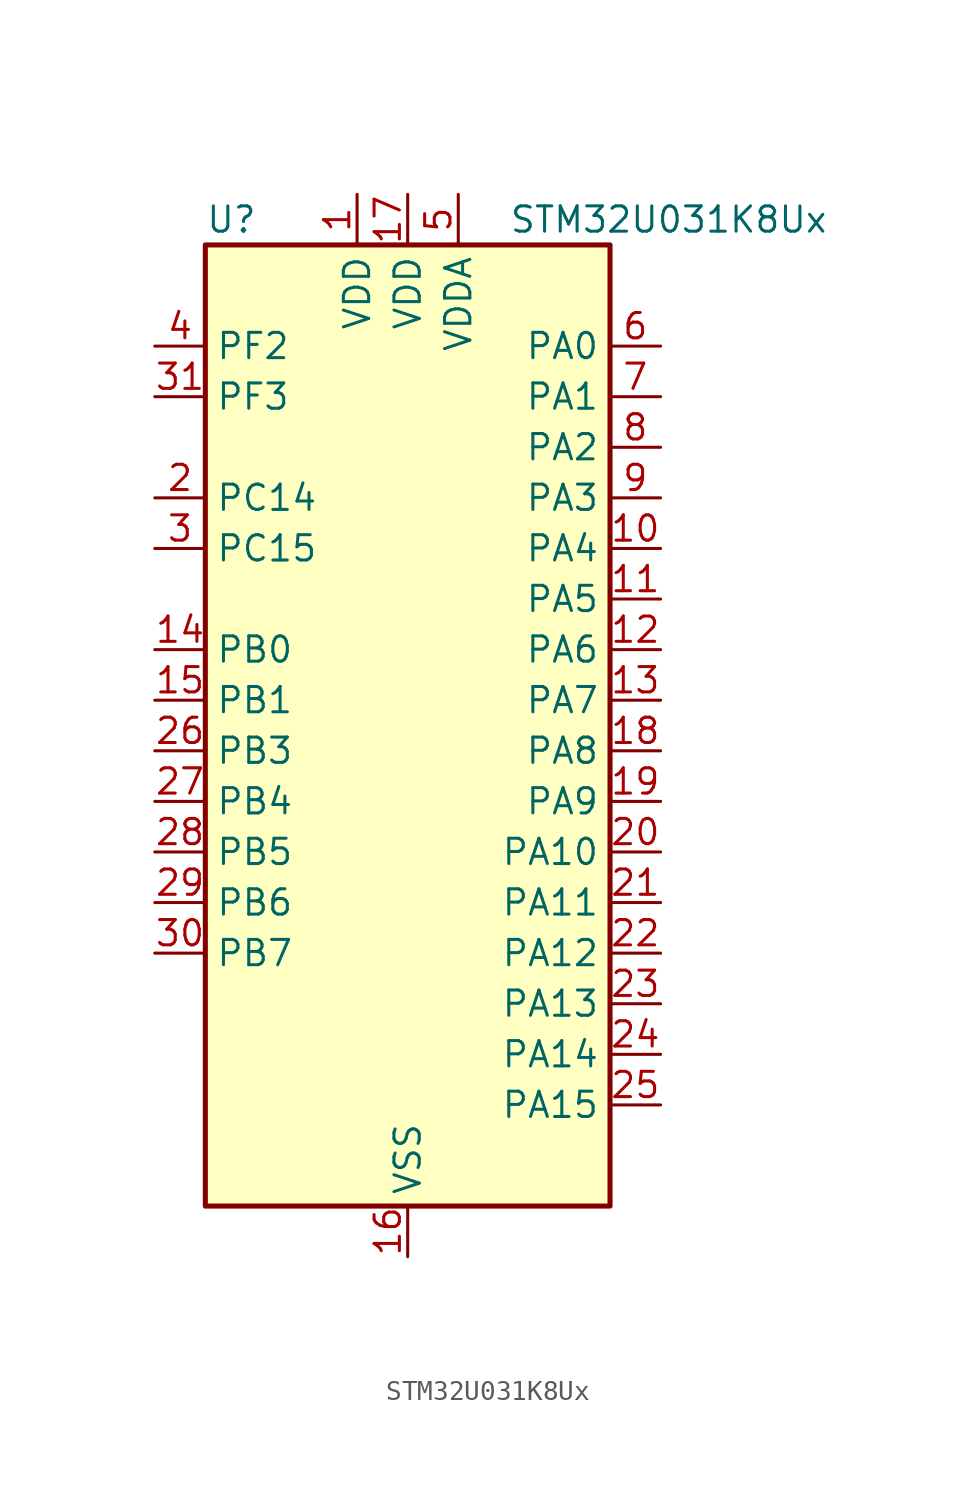
<source format=kicad_sym>
(kicad_symbol_lib
  (version 20241209)
  (generator "kicad_symbol_editor")
  (generator_version "9.0")
  (symbol "STM32U031K8Ux"
    (property "Reference" "U"
      (at -10.16 26.67 0)
      (effects (font (size 1.27 1.27)) (justify left)))
    (property "Value" "STM32U031K8Ux"
      (at 5.08 26.67 0)
      (effects (font (size 1.27 1.27)) (justify left)))
    (symbol "STM32U031K8Ux_0_1"
      (rectangle (start -10.16 -22.86) (end 10.16 25.4) (stroke (width 0.254) (type default)) (fill (type background))))
    (symbol "STM32U031K8Ux_1_1"
      (pin bidirectional line (at -12.7 20.32 0) (length 2.54) (name "PF2" (effects (font (size 1.27 1.27)))) (number "4" (effects (font (size 1.27 1.27)))) (alternate "RCC_MCO" bidirectional line))
      (pin bidirectional line (at -12.7 17.78 0) (length 2.54) (name "PF3" (effects (font (size 1.27 1.27)))) (number "31" (effects (font (size 1.27 1.27)))))
      (pin bidirectional line (at -12.7 12.7 0) (length 2.54) (name "PC14" (effects (font (size 1.27 1.27)))) (number "2" (effects (font (size 1.27 1.27)))) (alternate "RCC_OSC32_IN" bidirectional line))
      (pin bidirectional line (at -12.7 10.16 0) (length 2.54) (name "PC15" (effects (font (size 1.27 1.27)))) (number "3" (effects (font (size 1.27 1.27)))) (alternate "RCC_OSC32_EN" bidirectional line) (alternate "RCC_OSC32_OUT" bidirectional line) (alternate "RCC_OSC_EN" bidirectional line))
      (pin bidirectional line (at -12.7 5.08 0) (length 2.54) (name "PB0" (effects (font (size 1.27 1.27)))) (number "14" (effects (font (size 1.27 1.27)))) (alternate "ADC1_IN17" bidirectional line) (alternate "COMP1_OUT" bidirectional line) (alternate "LPUART2_CTS" bidirectional line) (alternate "SPI1_NSS" bidirectional line) (alternate "TIM1_CH2N" bidirectional line) (alternate "TIM3_CH3" bidirectional line) (alternate "TSC_G5_IO2" bidirectional line) (alternate "USART3_CK" bidirectional line))
      (pin bidirectional line (at -12.7 2.54 0) (length 2.54) (name "PB1" (effects (font (size 1.27 1.27)))) (number "15" (effects (font (size 1.27 1.27)))) (alternate "ADC1_IN18" bidirectional line) (alternate "COMP1_INM" bidirectional line) (alternate "LPTIM2_IN1" bidirectional line) (alternate "LPUART1_DE" bidirectional line) (alternate "LPUART1_RTS" bidirectional line) (alternate "LPUART2_DE" bidirectional line) (alternate "LPUART2_RTS" bidirectional line) (alternate "TIM1_CH3N" bidirectional line) (alternate "TIM3_CH4" bidirectional line) (alternate "TSC_SYNC" bidirectional line) (alternate "USART3_DE" bidirectional line) (alternate "USART3_RTS" bidirectional line))
      (pin bidirectional line (at -12.7 0 0) (length 2.54) (name "PB3" (effects (font (size 1.27 1.27)))) (number "26" (effects (font (size 1.27 1.27)))) (alternate "DEBUG_JTDO-SWO" bidirectional line) (alternate "I2C2_SCL" bidirectional line) (alternate "I2C3_SCL" bidirectional line) (alternate "LPTIM1_CH3" bidirectional line) (alternate "SPI1_SCK" bidirectional line) (alternate "TIM2_CH2" bidirectional line) (alternate "USART1_DE" bidirectional line) (alternate "USART1_RTS" bidirectional line))
      (pin bidirectional line (at -12.7 -2.54 0) (length 2.54) (name "PB4" (effects (font (size 1.27 1.27)))) (number "27" (effects (font (size 1.27 1.27)))) (alternate "I2C2_SDA" bidirectional line) (alternate "I2C3_SDA" bidirectional line) (alternate "LPTIM1_CH4" bidirectional line) (alternate "SPI1_MISO" bidirectional line) (alternate "TIM3_CH1" bidirectional line) (alternate "TSC_G2_IO1" bidirectional line) (alternate "USART1_CTS" bidirectional line))
      (pin bidirectional line (at -12.7 -5.08 0) (length 2.54) (name "PB5" (effects (font (size 1.27 1.27)))) (number "28" (effects (font (size 1.27 1.27)))) (alternate "LPTIM1_IN1" bidirectional line) (alternate "SPI1_MOSI" bidirectional line) (alternate "TIM16_BKIN" bidirectional line) (alternate "TIM3_CH2" bidirectional line) (alternate "TSC_G2_IO2" bidirectional line) (alternate "USART1_CK" bidirectional line))
      (pin bidirectional line (at -12.7 -7.62 0) (length 2.54) (name "PB6" (effects (font (size 1.27 1.27)))) (number "29" (effects (font (size 1.27 1.27)))) (alternate "I2C1_SCL" bidirectional line) (alternate "I2C2_SCL" bidirectional line) (alternate "LPTIM1_ETR" bidirectional line) (alternate "LPUART2_TX" bidirectional line) (alternate "TIM16_CH1N" bidirectional line) (alternate "TSC_G2_IO3" bidirectional line) (alternate "USART1_TX" bidirectional line))
      (pin bidirectional line (at -12.7 -10.16 0) (length 2.54) (name "PB7" (effects (font (size 1.27 1.27)))) (number "30" (effects (font (size 1.27 1.27)))) (alternate "I2C1_SDA" bidirectional line) (alternate "I2C2_SDA" bidirectional line) (alternate "LPTIM1_IN2" bidirectional line) (alternate "LPUART2_RX" bidirectional line) (alternate "TSC_G2_IO4" bidirectional line) (alternate "USART1_RX" bidirectional line) (alternate "USART4_CTS" bidirectional line))
      (pin power_in line (at -2.54 27.94 270) (length 2.54) (name "VDD" (effects (font (size 1.27 1.27)))) (number "1" (effects (font (size 1.27 1.27)))))
      (pin power_in line (at 0 27.94 270) (length 2.54) (name "VDD" (effects (font (size 1.27 1.27)))) (number "17" (effects (font (size 1.27 1.27)))))
      (pin power_in line (at 0 -25.4 90) (length 2.54) (name "VSS" (effects (font (size 1.27 1.27)))) (number "16" (effects (font (size 1.27 1.27)))))
      (pin passive line (at 0 -25.4 90) (length 2.54) (hide yes) (name "VSS" (effects (font (size 1.27 1.27)))) (number "32" (effects (font (size 1.27 1.27)))))
      (pin passive line (at 0 -25.4 90) (length 2.54) (hide yes) (name "VSS" (effects (font (size 1.27 1.27)))) (number "33" (effects (font (size 1.27 1.27)))))
      (pin power_in line (at 2.54 27.94 270) (length 2.54) (name "VDDA" (effects (font (size 1.27 1.27)))) (number "5" (effects (font (size 1.27 1.27)))))
      (pin bidirectional line (at 12.7 20.32 180) (length 2.54) (name "PA0" (effects (font (size 1.27 1.27)))) (number "6" (effects (font (size 1.27 1.27)))) (alternate "ADC1_IN4" bidirectional line) (alternate "COMP1_INM" bidirectional line) (alternate "COMP1_OUT" bidirectional line) (alternate "OPAMP1_VINP" bidirectional line) (alternate "PWR_WKUP1" bidirectional line) (alternate "TAMP_IN2" bidirectional line) (alternate "TIM2_CH1" bidirectional line) (alternate "TIM2_ETR" bidirectional line) (alternate "USART2_CTS" bidirectional line) (alternate "USART4_TX" bidirectional line))
      (pin bidirectional line (at 12.7 17.78 180) (length 2.54) (name "PA1" (effects (font (size 1.27 1.27)))) (number "7" (effects (font (size 1.27 1.27)))) (alternate "ADC1_IN5" bidirectional line) (alternate "COMP1_INP" bidirectional line) (alternate "LPTIM1_CH2" bidirectional line) (alternate "OPAMP1_VINM" bidirectional line) (alternate "PWR_WKUP3" bidirectional line) (alternate "SPI1_SCK" bidirectional line) (alternate "SPI2_SCK" bidirectional line) (alternate "TAMP_IN5" bidirectional line) (alternate "TIM15_CH1N" bidirectional line) (alternate "TIM2_CH2" bidirectional line) (alternate "USART2_DE" bidirectional line) (alternate "USART2_RTS" bidirectional line) (alternate "USART4_RX" bidirectional line))
      (pin bidirectional line (at 12.7 15.24 180) (length 2.54) (name "PA2" (effects (font (size 1.27 1.27)))) (number "8" (effects (font (size 1.27 1.27)))) (alternate "ADC1_IN6" bidirectional line) (alternate "LPUART1_TX" bidirectional line) (alternate "PWR_WKUP4" bidirectional line) (alternate "RCC_LSCO" bidirectional line) (alternate "TIM15_CH1" bidirectional line) (alternate "TIM2_CH3" bidirectional line) (alternate "USART2_TX" bidirectional line))
      (pin bidirectional line (at 12.7 12.7 180) (length 2.54) (name "PA3" (effects (font (size 1.27 1.27)))) (number "9" (effects (font (size 1.27 1.27)))) (alternate "ADC1_IN7" bidirectional line) (alternate "LPUART1_RX" bidirectional line) (alternate "OPAMP1_VOUT" bidirectional line) (alternate "TIM15_CH2" bidirectional line) (alternate "TIM2_CH4" bidirectional line) (alternate "USART2_RX" bidirectional line))
      (pin bidirectional line (at 12.7 10.16 180) (length 2.54) (name "PA4" (effects (font (size 1.27 1.27)))) (number "10" (effects (font (size 1.27 1.27)))) (alternate "ADC1_IN8" bidirectional line) (alternate "COMP1_INM" bidirectional line) (alternate "DAC1_OUT1" bidirectional line) (alternate "LPTIM2_CH1" bidirectional line) (alternate "SPI1_NSS" bidirectional line) (alternate "USART2_CK" bidirectional line))
      (pin bidirectional line (at 12.7 7.62 180) (length 2.54) (name "PA5" (effects (font (size 1.27 1.27)))) (number "11" (effects (font (size 1.27 1.27)))) (alternate "ADC1_IN9" bidirectional line) (alternate "COMP1_INM" bidirectional line) (alternate "LPTIM2_ETR" bidirectional line) (alternate "SPI1_SCK" bidirectional line) (alternate "TIM2_CH1" bidirectional line) (alternate "TIM2_ETR" bidirectional line) (alternate "USART3_TX" bidirectional line))
      (pin bidirectional line (at 12.7 5.08 180) (length 2.54) (name "PA6" (effects (font (size 1.27 1.27)))) (number "12" (effects (font (size 1.27 1.27)))) (alternate "ADC1_IN10" bidirectional line) (alternate "COMP1_OUT" bidirectional line) (alternate "I2C2_SDA" bidirectional line) (alternate "I2C3_SDA" bidirectional line) (alternate "LPUART1_CTS" bidirectional line) (alternate "SPI1_MISO" bidirectional line) (alternate "TIM16_CH1" bidirectional line) (alternate "TIM1_BKIN" bidirectional line) (alternate "TIM3_CH1" bidirectional line) (alternate "TSC_G5_IO1" bidirectional line) (alternate "USART3_CTS" bidirectional line))
      (pin bidirectional line (at 12.7 2.54 180) (length 2.54) (name "PA7" (effects (font (size 1.27 1.27)))) (number "13" (effects (font (size 1.27 1.27)))) (alternate "ADC1_IN14" bidirectional line) (alternate "I2C2_SCL" bidirectional line) (alternate "I2C3_SCL" bidirectional line) (alternate "LPTIM2_CH2" bidirectional line) (alternate "SPI1_MOSI" bidirectional line) (alternate "TIM1_CH1N" bidirectional line) (alternate "TIM3_CH2" bidirectional line) (alternate "USART3_RX" bidirectional line))
      (pin bidirectional line (at 12.7 0 180) (length 2.54) (name "PA8" (effects (font (size 1.27 1.27)))) (number "18" (effects (font (size 1.27 1.27)))) (alternate "LPTIM2_CH1" bidirectional line) (alternate "RCC_MCO" bidirectional line) (alternate "RCC_MCO2" bidirectional line) (alternate "TIM1_CH1" bidirectional line) (alternate "TSC_G7_IO1" bidirectional line) (alternate "USART1_CK" bidirectional line))
      (pin bidirectional line (at 12.7 -2.54 180) (length 2.54) (name "PA9" (effects (font (size 1.27 1.27)))) (number "19" (effects (font (size 1.27 1.27)))) (alternate "COMP1_INP" bidirectional line) (alternate "DAC1_EXTI9" bidirectional line) (alternate "I2C1_SCL" bidirectional line) (alternate "I2C2_SCL" bidirectional line) (alternate "RCC_MCO" bidirectional line) (alternate "TIM15_BKIN" bidirectional line) (alternate "TIM1_CH2" bidirectional line) (alternate "TSC_G7_IO2" bidirectional line) (alternate "USART1_TX" bidirectional line))
      (pin bidirectional line (at 12.7 -5.08 180) (length 2.54) (name "PA10" (effects (font (size 1.27 1.27)))) (number "20" (effects (font (size 1.27 1.27)))) (alternate "I2C1_SDA" bidirectional line) (alternate "I2C2_SDA" bidirectional line) (alternate "RCC_MCO2" bidirectional line) (alternate "SPI2_NSS" bidirectional line) (alternate "TIM1_CH3" bidirectional line) (alternate "TSC_G7_IO3" bidirectional line) (alternate "USART1_RX" bidirectional line))
      (pin bidirectional line (at 12.7 -7.62 180) (length 2.54) (name "PA11" (effects (font (size 1.27 1.27)))) (number "21" (effects (font (size 1.27 1.27)))) (alternate "ADC1_EXTI11" bidirectional line) (alternate "COMP1_OUT" bidirectional line) (alternate "SPI1_MISO" bidirectional line) (alternate "SPI2_MISO" bidirectional line) (alternate "TIM1_BKIN2" bidirectional line) (alternate "TIM1_CH4" bidirectional line) (alternate "USART1_CTS" bidirectional line))
      (pin bidirectional line (at 12.7 -10.16 180) (length 2.54) (name "PA12" (effects (font (size 1.27 1.27)))) (number "22" (effects (font (size 1.27 1.27)))) (alternate "SPI1_MOSI" bidirectional line) (alternate "SPI2_MOSI" bidirectional line) (alternate "TIM1_ETR" bidirectional line) (alternate "USART1_DE" bidirectional line) (alternate "USART1_RTS" bidirectional line))
      (pin bidirectional line (at 12.7 -12.7 180) (length 2.54) (name "PA13" (effects (font (size 1.27 1.27)))) (number "23" (effects (font (size 1.27 1.27)))) (alternate "DEBUG_JTMS-SWDIO" bidirectional line) (alternate "IR_OUT" bidirectional line) (alternate "TSC_G7_IO4" bidirectional line))
      (pin bidirectional line (at 12.7 -15.24 180) (length 2.54) (name "PA14" (effects (font (size 1.27 1.27)))) (number "24" (effects (font (size 1.27 1.27)))) (alternate "DEBUG_JTCK-SWCLK" bidirectional line) (alternate "LPTIM1_CH1" bidirectional line) (alternate "TSC_G3_IO4" bidirectional line))
      (pin bidirectional line (at 12.7 -17.78 180) (length 2.54) (name "PA15" (effects (font (size 1.27 1.27)))) (number "25" (effects (font (size 1.27 1.27)))) (alternate "DEBUG_JTDI" bidirectional line) (alternate "SPI1_NSS" bidirectional line) (alternate "TIM2_CH1" bidirectional line) (alternate "TIM2_ETR" bidirectional line) (alternate "TSC_G3_IO1" bidirectional line) (alternate "USART2_RX" bidirectional line) (alternate "USART3_DE" bidirectional line) (alternate "USART3_RTS" bidirectional line) (alternate "USART4_DE" bidirectional line) (alternate "USART4_RTS" bidirectional line)))))
</source>
